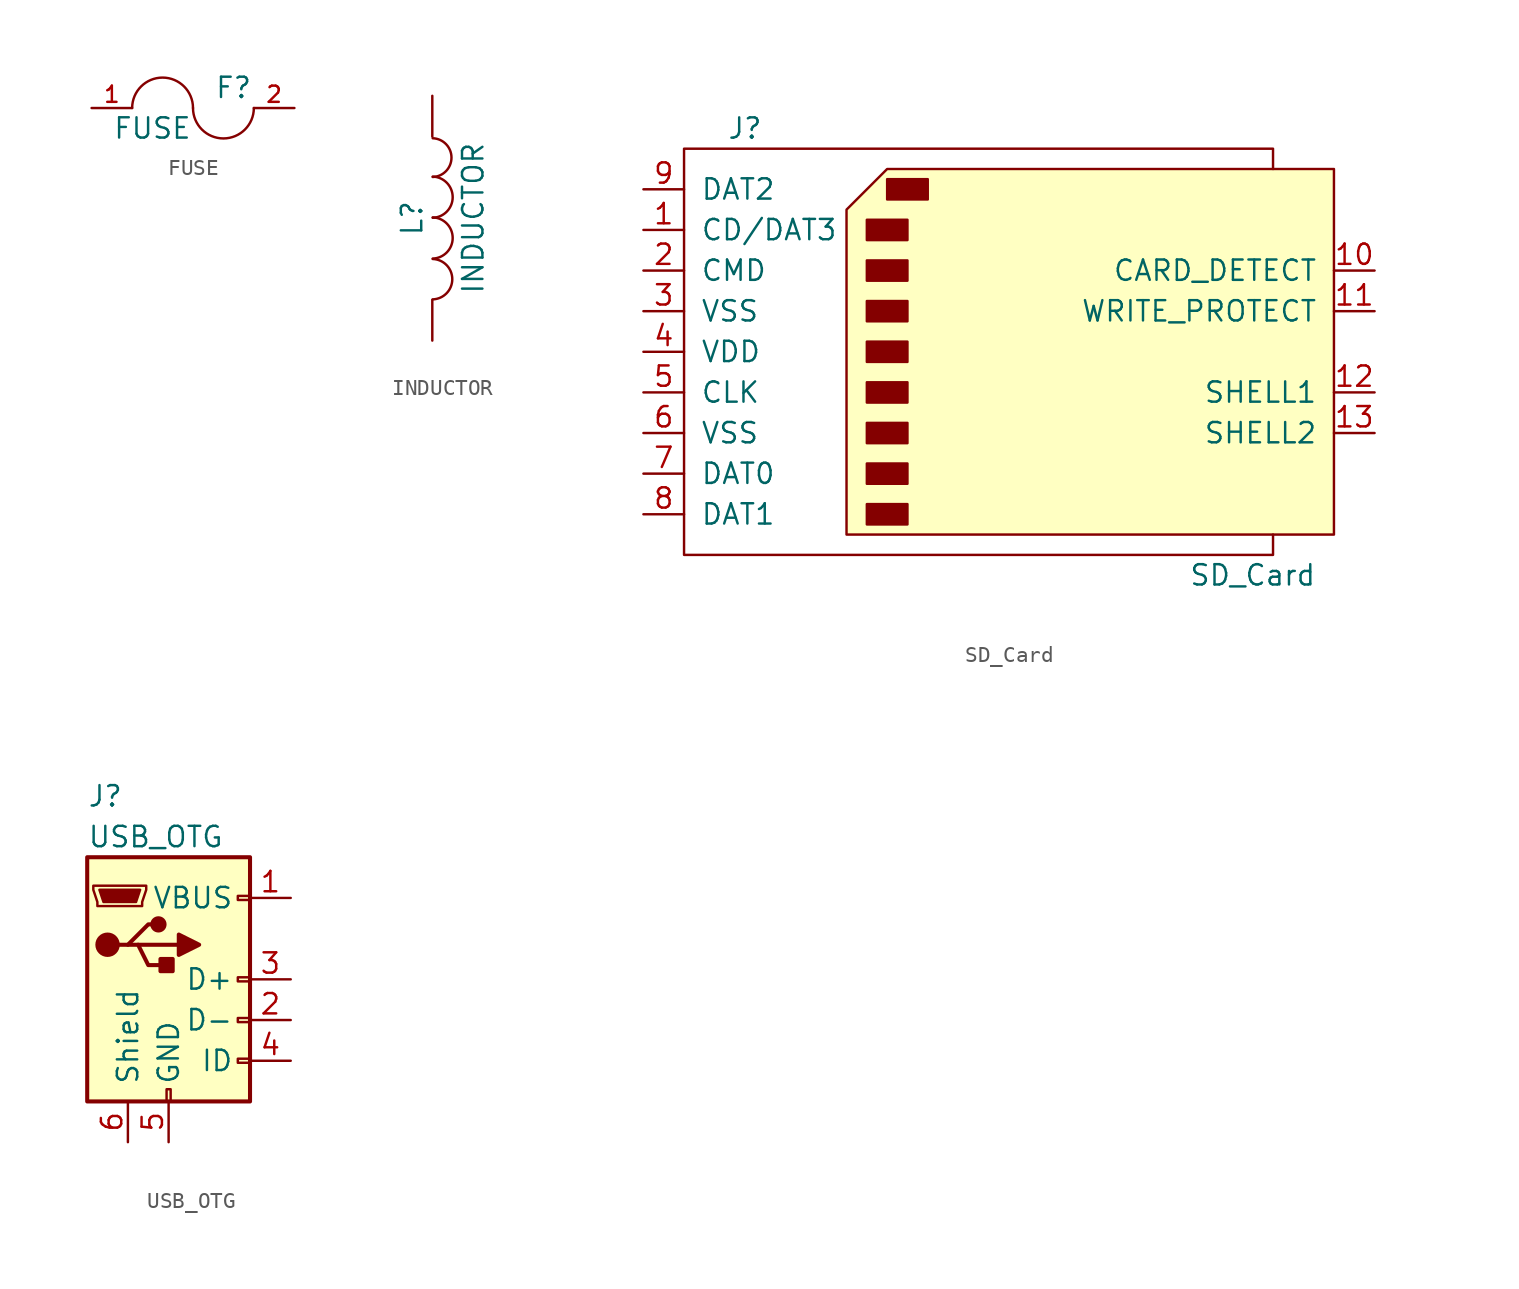
<source format=kicad_sym>
(kicad_symbol_lib
  (version 20220914)
  (generator kicad_symbol_editor)
  (symbol "FUSE"
    (pin_names
      (offset 0.254))
    (property "Reference" "F"
      (at 2.54 1.27 0)
      (effects (font (size 1.27 1.27))))
    (property "Value" "FUSE"
      (at -2.54 -1.27 0)
      (effects (font (size 1.27 1.27))))
    (property "Footprint" ""
      (at 0 0 0)
      (effects (font (size 1.27 1.27))))
    (property "Datasheet" ""
      (at 0 0 0)
      (effects (font (size 1.27 1.27))))
    (symbol "FUSE_0_1"
      (arc (start 0 0) (mid -1.905 1.8967) (end -3.81 0) (stroke (width 0) (type solid)) (fill (type none)))
      (arc (start 0 0) (mid 1.905 -1.8967) (end 3.81 0) (stroke (width 0) (type solid)) (fill (type none))))
    (symbol "FUSE_1_1"
      (pin input line (at -6.35 0 0) (length 2.54) (name "~" (effects (font (size 1.016 1.016)))) (number "1" (effects (font (size 1.016 1.016)))))
      (pin input line (at 6.35 0 180) (length 2.54) (name "~" (effects (font (size 1.016 1.016)))) (number "2" (effects (font (size 1.016 1.016)))))))
  (symbol "INDUCTOR"
    (pin_numbers hide)
    (pin_names
      (offset 1.016) hide)
    (property "Reference" "L"
      (at -1.27 0 90)
      (effects (font (size 1.27 1.27))))
    (property "Value" "INDUCTOR"
      (at 2.54 0 90)
      (effects (font (size 1.27 1.27))))
    (property "Footprint" ""
      (at 0 0 0)
      (effects (font (size 1.27 1.27))))
    (property "Datasheet" ""
      (at 0 0 0)
      (effects (font (size 1.27 1.27))))
    (symbol "INDUCTOR_0_1"
      (arc (start 0.0254 -5.0546) (mid 1.2449 -3.8097) (end 0.0254 -2.54) (stroke (width 0) (type solid)) (fill (type none)))
      (arc (start 0.0254 -2.5146) (mid 1.2703 -1.2444) (end 0.0254 0.0508) (stroke (width 0) (type solid)) (fill (type none)))
      (arc (start 0.0254 0.0254) (mid 1.2703 1.2956) (end 0.0254 2.5908) (stroke (width 0) (type solid)) (fill (type none)))
      (arc (start 0.0254 2.5654) (mid 1.1941 3.7595) (end 0.0254 4.9784) (stroke (width 0) (type solid)) (fill (type none))))
    (symbol "INDUCTOR_1_1"
      (pin passive line (at 0 7.62 270) (length 2.54) (name "1" (effects (font (size 1.27 1.27)))) (number "1" (effects (font (size 1.27 1.27)))))
      (pin passive line (at 0 -7.62 90) (length 2.54) (name "2" (effects (font (size 1.27 1.27)))) (number "2" (effects (font (size 1.27 1.27)))))))
  (symbol "SD_Card"
    (pin_names
      (offset 1.016))
    (property "Reference" "J"
      (at -16.51 13.97 0)
      (effects (font (size 1.27 1.27))))
    (property "Value" "SD_Card"
      (at 15.24 -13.97 0)
      (effects (font (size 1.27 1.27))))
    (symbol "SD_Card_0_1"
      (rectangle (start -8.89 -9.525) (end -6.35 -10.795) (stroke (width 0) (type solid)) (fill (type outline)))
      (rectangle (start -8.89 -6.985) (end -6.35 -8.255) (stroke (width 0) (type solid)) (fill (type outline)))
      (rectangle (start -8.89 -4.445) (end -6.35 -5.715) (stroke (width 0) (type solid)) (fill (type outline)))
      (rectangle (start -8.89 -1.905) (end -6.35 -3.175) (stroke (width 0) (type solid)) (fill (type outline)))
      (rectangle (start -8.89 0.635) (end -6.35 -0.635) (stroke (width 0) (type solid)) (fill (type outline)))
      (rectangle (start -8.89 3.175) (end -6.35 1.905) (stroke (width 0) (type solid)) (fill (type outline)))
      (rectangle (start -8.89 5.715) (end -6.35 4.445) (stroke (width 0) (type solid)) (fill (type outline)))
      (rectangle (start -8.89 8.255) (end -6.35 6.985) (stroke (width 0) (type solid)) (fill (type outline)))
      (rectangle (start -7.62 10.795) (end -5.08 9.525) (stroke (width 0) (type solid)) (fill (type outline)))
      (polyline (pts (xy -10.16 8.89) (xy -7.62 11.43) (xy 20.32 11.43) (xy 20.32 -11.43) (xy -10.16 -11.43) (xy -10.16 8.89)) (stroke (width 0) (type solid)) (fill (type background)))
      (polyline (pts (xy 16.51 11.43) (xy 16.51 12.7) (xy -20.32 12.7) (xy -20.32 -12.7) (xy 16.51 -12.7) (xy 16.51 -11.43)) (stroke (width 0) (type solid)) (fill (type none))))
    (symbol "SD_Card_1_1"
      (pin input line (at -22.86 7.62 0) (length 2.54) (name "CD/DAT3" (effects (font (size 1.27 1.27)))) (number "1" (effects (font (size 1.27 1.27)))))
      (pin input line (at 22.86 5.08 180) (length 2.54) (name "CARD_DETECT" (effects (font (size 1.27 1.27)))) (number "10" (effects (font (size 1.27 1.27)))))
      (pin input line (at 22.86 2.54 180) (length 2.54) (name "WRITE_PROTECT" (effects (font (size 1.27 1.27)))) (number "11" (effects (font (size 1.27 1.27)))))
      (pin input line (at 22.86 -2.54 180) (length 2.54) (name "SHELL1" (effects (font (size 1.27 1.27)))) (number "12" (effects (font (size 1.27 1.27)))))
      (pin input line (at 22.86 -5.08 180) (length 2.54) (name "SHELL2" (effects (font (size 1.27 1.27)))) (number "13" (effects (font (size 1.27 1.27)))))
      (pin input line (at -22.86 5.08 0) (length 2.54) (name "CMD" (effects (font (size 1.27 1.27)))) (number "2" (effects (font (size 1.27 1.27)))))
      (pin input line (at -22.86 2.54 0) (length 2.54) (name "VSS" (effects (font (size 1.27 1.27)))) (number "3" (effects (font (size 1.27 1.27)))))
      (pin input line (at -22.86 0 0) (length 2.54) (name "VDD" (effects (font (size 1.27 1.27)))) (number "4" (effects (font (size 1.27 1.27)))))
      (pin input line (at -22.86 -2.54 0) (length 2.54) (name "CLK" (effects (font (size 1.27 1.27)))) (number "5" (effects (font (size 1.27 1.27)))))
      (pin input line (at -22.86 -5.08 0) (length 2.54) (name "VSS" (effects (font (size 1.27 1.27)))) (number "6" (effects (font (size 1.27 1.27)))))
      (pin input line (at -22.86 -7.62 0) (length 2.54) (name "DAT0" (effects (font (size 1.27 1.27)))) (number "7" (effects (font (size 1.27 1.27)))))
      (pin input line (at -22.86 -10.16 0) (length 2.54) (name "DAT1" (effects (font (size 1.27 1.27)))) (number "8" (effects (font (size 1.27 1.27)))))
      (pin input line (at -22.86 10.16 0) (length 2.54) (name "DAT2" (effects (font (size 1.27 1.27)))) (number "9" (effects (font (size 1.27 1.27)))))))
  (symbol "USB_OTG"
    (pin_names
      (offset 1.016))
    (property "Reference" "J"
      (at -5.08 11.43 0)
      (effects (font (size 1.27 1.27)) (justify left)))
    (property "Value" "USB_OTG"
      (at -5.08 8.89 0)
      (effects (font (size 1.27 1.27)) (justify left)))
    (symbol "USB_OTG_0_1"
      (rectangle (start -5.08 -7.62) (end 5.08 7.62) (stroke (width 0.254) (type solid)) (fill (type background)))
      (circle (center -3.81 2.159) (radius 0.635) (stroke (width 0.254) (type solid)) (fill (type outline)))
      (circle (center -0.635 3.429) (radius 0.381) (stroke (width 0.254) (type solid)) (fill (type outline)))
      (rectangle (start -0.127 -7.62) (end 0.127 -6.858) (stroke (width 0) (type solid)) (fill (type none)))
      (polyline (pts (xy -1.905 2.159) (xy 0.635 2.159)) (stroke (width 0.254) (type solid)) (fill (type none)))
      (polyline (pts (xy -3.175 2.159) (xy -2.54 2.159) (xy -1.27 3.429) (xy -0.635 3.429)) (stroke (width 0.254) (type solid)) (fill (type none)))
      (polyline (pts (xy -2.54 2.159) (xy -1.905 2.159) (xy -1.27 0.889) (xy 0 0.889)) (stroke (width 0.254) (type solid)) (fill (type none)))
      (polyline (pts (xy 0.635 2.794) (xy 0.635 1.524) (xy 1.905 2.159) (xy 0.635 2.794)) (stroke (width 0.254) (type solid)) (fill (type outline)))
      (polyline (pts (xy -4.318 5.588) (xy -1.778 5.588) (xy -2.032 4.826) (xy -4.064 4.826) (xy -4.318 5.588)) (stroke (width 0) (type solid)) (fill (type outline)))
      (polyline (pts (xy -4.699 5.842) (xy -4.699 5.588) (xy -4.445 4.826) (xy -4.445 4.572) (xy -1.651 4.572) (xy -1.651 4.826) (xy -1.397 5.588) (xy -1.397 5.842) (xy -4.699 5.842)) (stroke (width 0) (type solid)) (fill (type none)))
      (rectangle (start 0.254 1.27) (end -0.508 0.508) (stroke (width 0.254) (type solid)) (fill (type outline)))
      (rectangle (start 5.08 -5.207) (end 4.318 -4.953) (stroke (width 0) (type solid)) (fill (type none)))
      (rectangle (start 5.08 -2.667) (end 4.318 -2.413) (stroke (width 0) (type solid)) (fill (type none)))
      (rectangle (start 5.08 -0.127) (end 4.318 0.127) (stroke (width 0) (type solid)) (fill (type none)))
      (rectangle (start 5.08 4.953) (end 4.318 5.207) (stroke (width 0) (type solid)) (fill (type none))))
    (symbol "USB_OTG_1_1"
      (pin power_in line (at 7.62 5.08 180) (length 2.54) (name "VBUS" (effects (font (size 1.27 1.27)))) (number "1" (effects (font (size 1.27 1.27)))))
      (pin passive line (at 7.62 -2.54 180) (length 2.54) (name "D-" (effects (font (size 1.27 1.27)))) (number "2" (effects (font (size 1.27 1.27)))))
      (pin passive line (at 7.62 0 180) (length 2.54) (name "D+" (effects (font (size 1.27 1.27)))) (number "3" (effects (font (size 1.27 1.27)))))
      (pin passive line (at 7.62 -5.08 180) (length 2.54) (name "ID" (effects (font (size 1.27 1.27)))) (number "4" (effects (font (size 1.27 1.27)))))
      (pin power_in line (at 0 -10.16 90) (length 2.54) (name "GND" (effects (font (size 1.27 1.27)))) (number "5" (effects (font (size 1.27 1.27)))))
      (pin passive line (at -2.54 -10.16 90) (length 2.54) (name "Shield" (effects (font (size 1.27 1.27)))) (number "6" (effects (font (size 1.27 1.27))))))))
</source>
